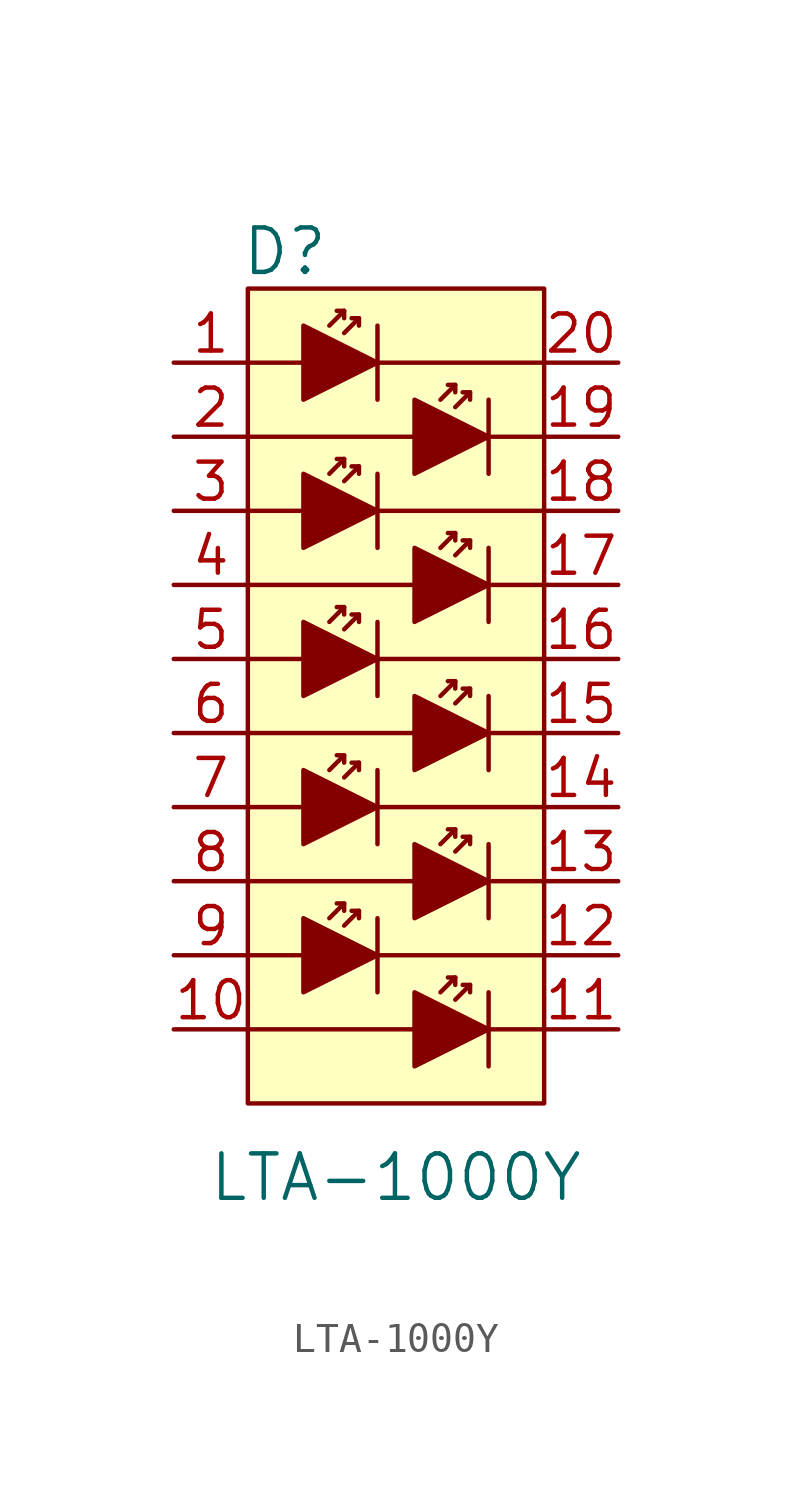
<source format=kicad_sym>
(kicad_symbol_lib
  (version 20231120)
  (generator "kicad_symbol_editor")
  (generator_version "8.0")
  (symbol "LTA-1000Y"
    (pin_names
      (offset 0))
    (property "Reference" "D"
      (at -3.81 3.81 0)
      (effects (font (size 1.524 1.524))))
    (property "Value" "LTA-1000Y"
      (at 0 -27.94 0)
      (effects (font (size 1.524 1.524))))
    (symbol "LTA-1000Y_0_1"
      (rectangle (start -5.08 2.54) (end 5.08 -25.4) (stroke (width 0) (type solid)) (fill (type background)))
      (polyline (pts (xy -5.08 -20.32) (xy -3.175 -20.32)) (stroke (width 0) (type solid)) (fill (type none)))
      (polyline (pts (xy -5.08 -15.24) (xy -3.175 -15.24)) (stroke (width 0) (type solid)) (fill (type none)))
      (polyline (pts (xy -5.08 -10.16) (xy -3.175 -10.16)) (stroke (width 0) (type solid)) (fill (type none)))
      (polyline (pts (xy -5.08 -5.08) (xy -3.175 -5.08)) (stroke (width 0) (type solid)) (fill (type none)))
      (polyline (pts (xy -3.175 0) (xy -5.08 0)) (stroke (width 0) (type solid)) (fill (type none)))
      (polyline (pts (xy -1.778 -18.542) (xy -2.286 -19.05)) (stroke (width 0) (type solid)) (fill (type none)))
      (polyline (pts (xy -1.778 -13.462) (xy -2.286 -13.97)) (stroke (width 0) (type solid)) (fill (type none)))
      (polyline (pts (xy -1.778 -8.382) (xy -2.286 -8.89)) (stroke (width 0) (type solid)) (fill (type none)))
      (polyline (pts (xy -1.778 -3.302) (xy -2.286 -3.81)) (stroke (width 0) (type solid)) (fill (type none)))
      (polyline (pts (xy -1.778 1.778) (xy -2.286 1.27)) (stroke (width 0) (type solid)) (fill (type none)))
      (polyline (pts (xy -1.27 -18.796) (xy -1.778 -19.304)) (stroke (width 0) (type solid)) (fill (type none)))
      (polyline (pts (xy -1.27 -13.716) (xy -1.778 -14.224)) (stroke (width 0) (type solid)) (fill (type none)))
      (polyline (pts (xy -1.27 -8.636) (xy -1.778 -9.144)) (stroke (width 0) (type solid)) (fill (type none)))
      (polyline (pts (xy -1.27 -3.556) (xy -1.778 -4.064)) (stroke (width 0) (type solid)) (fill (type none)))
      (polyline (pts (xy -1.27 1.524) (xy -1.778 1.016)) (stroke (width 0) (type solid)) (fill (type none)))
      (polyline (pts (xy -0.635 -21.59) (xy -0.635 -19.05)) (stroke (width 0) (type solid)) (fill (type none)))
      (polyline (pts (xy -0.635 -20.32) (xy 5.08 -20.32)) (stroke (width 0) (type solid)) (fill (type none)))
      (polyline (pts (xy -0.635 -16.51) (xy -0.635 -13.97)) (stroke (width 0) (type solid)) (fill (type none)))
      (polyline (pts (xy -0.635 -15.24) (xy 5.08 -15.24)) (stroke (width 0) (type solid)) (fill (type none)))
      (polyline (pts (xy -0.635 -10.16) (xy 5.08 -10.16)) (stroke (width 0) (type solid)) (fill (type none)))
      (polyline (pts (xy -0.635 -8.89) (xy -0.635 -11.43)) (stroke (width 0) (type solid)) (fill (type none)))
      (polyline (pts (xy -0.635 -5.08) (xy 5.08 -5.08)) (stroke (width 0) (type solid)) (fill (type none)))
      (polyline (pts (xy -0.635 -3.81) (xy -0.635 -6.35)) (stroke (width 0) (type solid)) (fill (type none)))
      (polyline (pts (xy -0.635 0) (xy 5.08 0)) (stroke (width 0) (type solid)) (fill (type none)))
      (polyline (pts (xy -0.635 1.27) (xy -0.635 -1.27)) (stroke (width 0) (type solid)) (fill (type none)))
      (polyline (pts (xy 0.635 -22.86) (xy -5.08 -22.86)) (stroke (width 0) (type solid)) (fill (type none)))
      (polyline (pts (xy 0.635 -17.78) (xy -5.08 -17.78)) (stroke (width 0) (type solid)) (fill (type none)))
      (polyline (pts (xy 0.635 -12.7) (xy -5.08 -12.7)) (stroke (width 0) (type solid)) (fill (type none)))
      (polyline (pts (xy 0.635 -7.62) (xy -5.08 -7.62)) (stroke (width 0) (type solid)) (fill (type none)))
      (polyline (pts (xy 0.635 -2.54) (xy -5.08 -2.54)) (stroke (width 0) (type solid)) (fill (type none)))
      (polyline (pts (xy 2.032 -21.082) (xy 1.524 -21.59)) (stroke (width 0) (type solid)) (fill (type none)))
      (polyline (pts (xy 2.032 -16.002) (xy 1.524 -16.51)) (stroke (width 0) (type solid)) (fill (type none)))
      (polyline (pts (xy 2.032 -10.922) (xy 1.524 -11.43)) (stroke (width 0) (type solid)) (fill (type none)))
      (polyline (pts (xy 2.032 -5.842) (xy 1.524 -6.35)) (stroke (width 0) (type solid)) (fill (type none)))
      (polyline (pts (xy 2.032 -0.762) (xy 1.524 -1.27)) (stroke (width 0) (type solid)) (fill (type none)))
      (polyline (pts (xy 2.54 -21.336) (xy 2.032 -21.844)) (stroke (width 0) (type solid)) (fill (type none)))
      (polyline (pts (xy 2.54 -16.256) (xy 2.032 -16.764)) (stroke (width 0) (type solid)) (fill (type none)))
      (polyline (pts (xy 2.54 -11.176) (xy 2.032 -11.684)) (stroke (width 0) (type solid)) (fill (type none)))
      (polyline (pts (xy 2.54 -6.096) (xy 2.032 -6.604)) (stroke (width 0) (type solid)) (fill (type none)))
      (polyline (pts (xy 2.54 -1.016) (xy 2.032 -1.524)) (stroke (width 0) (type solid)) (fill (type none)))
      (polyline (pts (xy 3.175 -22.86) (xy 5.08 -22.86)) (stroke (width 0) (type solid)) (fill (type none)))
      (polyline (pts (xy 3.175 -21.59) (xy 3.175 -24.13)) (stroke (width 0) (type solid)) (fill (type none)))
      (polyline (pts (xy 3.175 -17.78) (xy 5.08 -17.78)) (stroke (width 0) (type solid)) (fill (type none)))
      (polyline (pts (xy 3.175 -16.51) (xy 3.175 -19.05)) (stroke (width 0) (type solid)) (fill (type none)))
      (polyline (pts (xy 3.175 -12.7) (xy 5.08 -12.7)) (stroke (width 0) (type solid)) (fill (type none)))
      (polyline (pts (xy 3.175 -11.43) (xy 3.175 -13.97)) (stroke (width 0) (type solid)) (fill (type none)))
      (polyline (pts (xy 3.175 -7.62) (xy 5.08 -7.62)) (stroke (width 0) (type solid)) (fill (type none)))
      (polyline (pts (xy 3.175 -6.35) (xy 3.175 -8.89)) (stroke (width 0) (type solid)) (fill (type none)))
      (polyline (pts (xy 3.175 -2.54) (xy 5.08 -2.54)) (stroke (width 0) (type solid)) (fill (type none)))
      (polyline (pts (xy 3.175 -1.27) (xy 3.175 -3.81)) (stroke (width 0) (type solid)) (fill (type none)))
      (polyline (pts (xy -2.032 -18.542) (xy -1.778 -18.542) (xy -1.778 -18.796)) (stroke (width 0) (type solid)) (fill (type none)))
      (polyline (pts (xy -2.032 -13.462) (xy -1.778 -13.462) (xy -1.778 -13.716)) (stroke (width 0) (type solid)) (fill (type none)))
      (polyline (pts (xy -2.032 -8.382) (xy -1.778 -8.382) (xy -1.778 -8.636)) (stroke (width 0) (type solid)) (fill (type none)))
      (polyline (pts (xy -2.032 -3.302) (xy -1.778 -3.302) (xy -1.778 -3.556)) (stroke (width 0) (type solid)) (fill (type none)))
      (polyline (pts (xy -2.032 1.778) (xy -1.778 1.778) (xy -1.778 1.524)) (stroke (width 0) (type solid)) (fill (type none)))
      (polyline (pts (xy -1.524 -18.796) (xy -1.27 -18.796) (xy -1.27 -19.05)) (stroke (width 0) (type solid)) (fill (type none)))
      (polyline (pts (xy -1.524 -13.716) (xy -1.27 -13.716) (xy -1.27 -13.97)) (stroke (width 0) (type solid)) (fill (type none)))
      (polyline (pts (xy -1.524 -8.636) (xy -1.27 -8.636) (xy -1.27 -8.89)) (stroke (width 0) (type solid)) (fill (type none)))
      (polyline (pts (xy -1.524 -3.556) (xy -1.27 -3.556) (xy -1.27 -3.81)) (stroke (width 0) (type solid)) (fill (type none)))
      (polyline (pts (xy -1.524 1.524) (xy -1.27 1.524) (xy -1.27 1.27)) (stroke (width 0) (type solid)) (fill (type none)))
      (polyline (pts (xy 1.778 -21.082) (xy 2.032 -21.082) (xy 2.032 -21.336)) (stroke (width 0) (type solid)) (fill (type none)))
      (polyline (pts (xy 1.778 -16.002) (xy 2.032 -16.002) (xy 2.032 -16.256)) (stroke (width 0) (type solid)) (fill (type none)))
      (polyline (pts (xy 1.778 -10.922) (xy 2.032 -10.922) (xy 2.032 -11.176)) (stroke (width 0) (type solid)) (fill (type none)))
      (polyline (pts (xy 1.778 -5.842) (xy 2.032 -5.842) (xy 2.032 -6.096)) (stroke (width 0) (type solid)) (fill (type none)))
      (polyline (pts (xy 1.778 -0.762) (xy 2.032 -0.762) (xy 2.032 -1.016)) (stroke (width 0) (type solid)) (fill (type none)))
      (polyline (pts (xy 2.286 -21.336) (xy 2.54 -21.336) (xy 2.54 -21.59)) (stroke (width 0) (type solid)) (fill (type none)))
      (polyline (pts (xy 2.286 -16.256) (xy 2.54 -16.256) (xy 2.54 -16.51)) (stroke (width 0) (type solid)) (fill (type none)))
      (polyline (pts (xy 2.286 -11.176) (xy 2.54 -11.176) (xy 2.54 -11.43)) (stroke (width 0) (type solid)) (fill (type none)))
      (polyline (pts (xy 2.286 -6.096) (xy 2.54 -6.096) (xy 2.54 -6.35)) (stroke (width 0) (type solid)) (fill (type none)))
      (polyline (pts (xy 2.286 -1.016) (xy 2.54 -1.016) (xy 2.54 -1.27)) (stroke (width 0) (type solid)) (fill (type none)))
      (polyline (pts (xy -3.175 -19.05) (xy -3.175 -21.59) (xy -0.635 -20.32) (xy -3.175 -19.05)) (stroke (width 0) (type solid)) (fill (type outline)))
      (polyline (pts (xy -3.175 -13.97) (xy -3.175 -16.51) (xy -0.635 -15.24) (xy -3.175 -13.97)) (stroke (width 0) (type solid)) (fill (type outline)))
      (polyline (pts (xy -3.175 -8.89) (xy -3.175 -11.43) (xy -0.635 -10.16) (xy -3.175 -8.89)) (stroke (width 0) (type solid)) (fill (type outline)))
      (polyline (pts (xy -3.175 -3.81) (xy -3.175 -6.35) (xy -0.635 -5.08) (xy -3.175 -3.81)) (stroke (width 0) (type solid)) (fill (type outline)))
      (polyline (pts (xy -3.175 1.27) (xy -3.175 -1.27) (xy -0.635 0) (xy -3.175 1.27)) (stroke (width 0) (type solid)) (fill (type outline)))
      (polyline (pts (xy 0.635 -21.59) (xy 0.635 -24.13) (xy 3.175 -22.86) (xy 0.635 -21.59)) (stroke (width 0) (type solid)) (fill (type outline)))
      (polyline (pts (xy 0.635 -16.51) (xy 0.635 -19.05) (xy 3.175 -17.78) (xy 0.635 -16.51)) (stroke (width 0) (type solid)) (fill (type outline)))
      (polyline (pts (xy 0.635 -11.43) (xy 0.635 -13.97) (xy 3.175 -12.7) (xy 0.635 -11.43)) (stroke (width 0) (type solid)) (fill (type outline)))
      (polyline (pts (xy 0.635 -6.35) (xy 0.635 -8.89) (xy 3.175 -7.62) (xy 0.635 -6.35)) (stroke (width 0) (type solid)) (fill (type outline)))
      (polyline (pts (xy 0.635 -1.27) (xy 0.635 -3.81) (xy 3.175 -2.54) (xy 0.635 -1.27)) (stroke (width 0) (type solid)) (fill (type outline))))
    (symbol "LTA-1000Y_1_1"
      (pin input line (at -7.62 0 0) (length 2.54) (name "~" (effects (font (size 1.27 1.27)))) (number "1" (effects (font (size 1.27 1.27)))))
      (pin input line (at -7.62 -22.86 0) (length 2.54) (name "~" (effects (font (size 1.27 1.27)))) (number "10" (effects (font (size 1.27 1.27)))))
      (pin output line (at 7.62 -22.86 180) (length 2.54) (name "~" (effects (font (size 1.27 1.27)))) (number "11" (effects (font (size 1.27 1.27)))))
      (pin output line (at 7.62 -20.32 180) (length 2.54) (name "~" (effects (font (size 1.27 1.27)))) (number "12" (effects (font (size 1.27 1.27)))))
      (pin output line (at 7.62 -17.78 180) (length 2.54) (name "~" (effects (font (size 1.27 1.27)))) (number "13" (effects (font (size 1.27 1.27)))))
      (pin output line (at 7.62 -15.24 180) (length 2.54) (name "~" (effects (font (size 1.27 1.27)))) (number "14" (effects (font (size 1.27 1.27)))))
      (pin output line (at 7.62 -12.7 180) (length 2.54) (name "~" (effects (font (size 1.27 1.27)))) (number "15" (effects (font (size 1.27 1.27)))))
      (pin output line (at 7.62 -10.16 180) (length 2.54) (name "~" (effects (font (size 1.27 1.27)))) (number "16" (effects (font (size 1.27 1.27)))))
      (pin output line (at 7.62 -7.62 180) (length 2.54) (name "~" (effects (font (size 1.27 1.27)))) (number "17" (effects (font (size 1.27 1.27)))))
      (pin output line (at 7.62 -5.08 180) (length 2.54) (name "~" (effects (font (size 1.27 1.27)))) (number "18" (effects (font (size 1.27 1.27)))))
      (pin output line (at 7.62 -2.54 180) (length 2.54) (name "~" (effects (font (size 1.27 1.27)))) (number "19" (effects (font (size 1.27 1.27)))))
      (pin input line (at -7.62 -2.54 0) (length 2.54) (name "~" (effects (font (size 1.27 1.27)))) (number "2" (effects (font (size 1.27 1.27)))))
      (pin output line (at 7.62 0 180) (length 2.54) (name "~" (effects (font (size 1.27 1.27)))) (number "20" (effects (font (size 1.27 1.27)))))
      (pin input line (at -7.62 -5.08 0) (length 2.54) (name "~" (effects (font (size 1.27 1.27)))) (number "3" (effects (font (size 1.27 1.27)))))
      (pin input line (at -7.62 -7.62 0) (length 2.54) (name "~" (effects (font (size 1.27 1.27)))) (number "4" (effects (font (size 1.27 1.27)))))
      (pin input line (at -7.62 -10.16 0) (length 2.54) (name "~" (effects (font (size 1.27 1.27)))) (number "5" (effects (font (size 1.27 1.27)))))
      (pin input line (at -7.62 -12.7 0) (length 2.54) (name "~" (effects (font (size 1.27 1.27)))) (number "6" (effects (font (size 1.27 1.27)))))
      (pin input line (at -7.62 -15.24 0) (length 2.54) (name "~" (effects (font (size 1.27 1.27)))) (number "7" (effects (font (size 1.27 1.27)))))
      (pin input line (at -7.62 -17.78 0) (length 2.54) (name "~" (effects (font (size 1.27 1.27)))) (number "8" (effects (font (size 1.27 1.27)))))
      (pin input line (at -7.62 -20.32 0) (length 2.54) (name "~" (effects (font (size 1.27 1.27)))) (number "9" (effects (font (size 1.27 1.27))))))))
</source>
